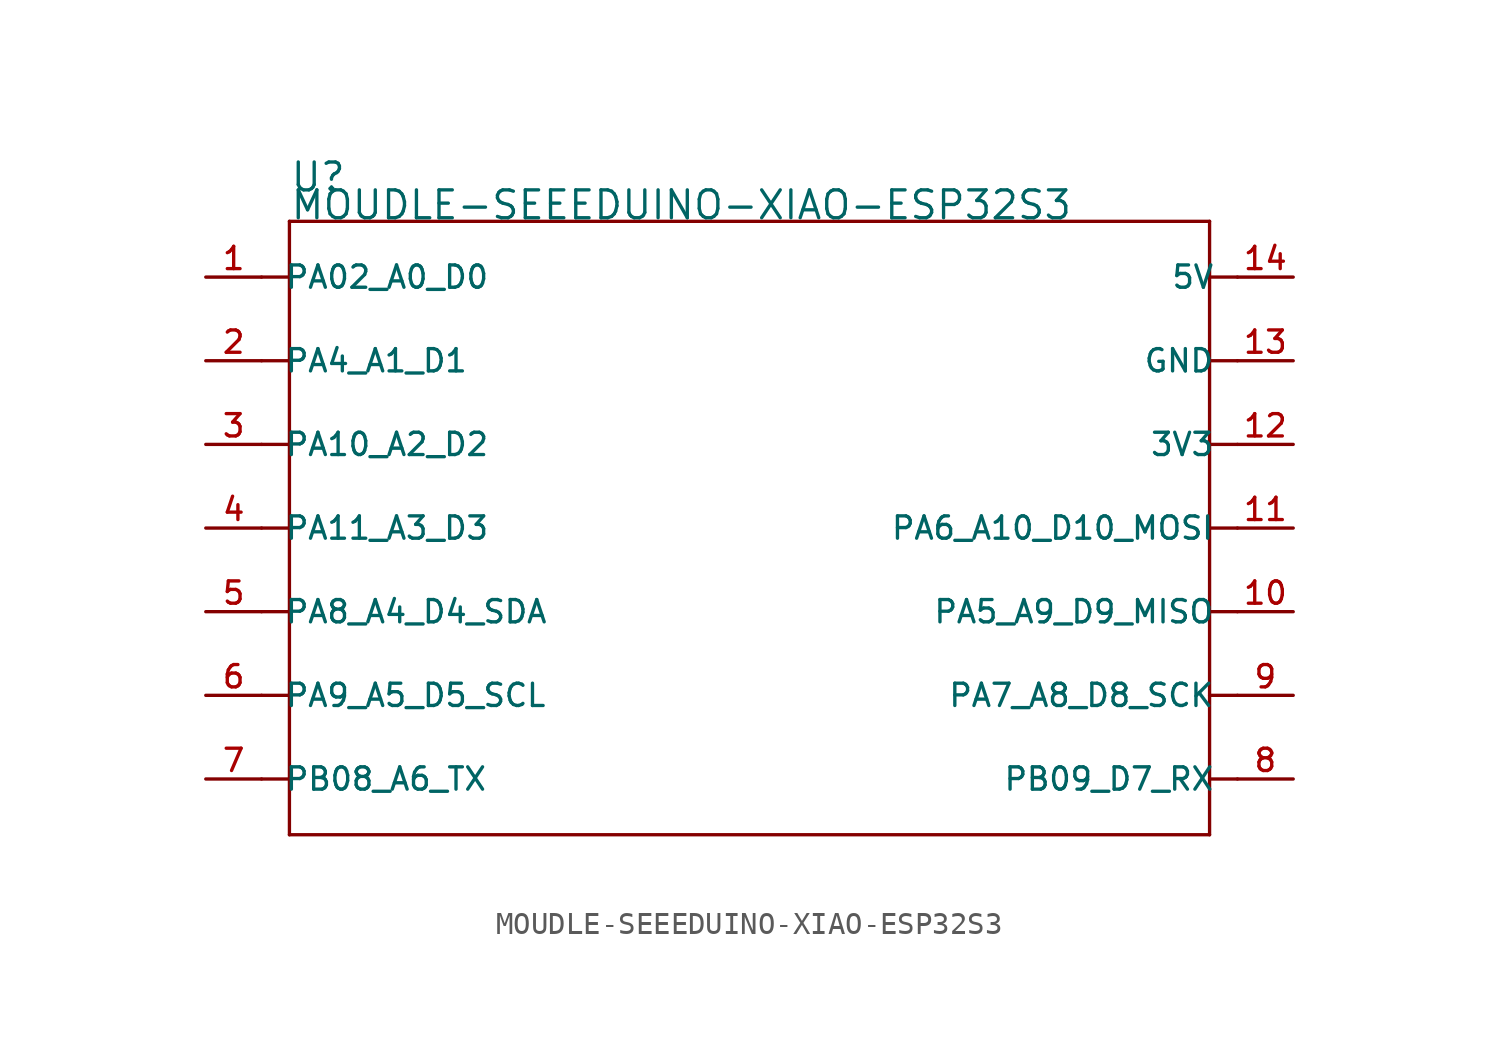
<source format=kicad_sym>
(kicad_symbol_lib
  (version 20241209)
  (generator "kicad_symbol_editor")
  (generator_version "9.0")
  (symbol "MOUDLE-SEEEDUINO-XIAO-ESP32S3"
    (pin_names
      (offset 1.016))
    (property "Reference" "U"
      (at -21.59 15.24 0)
      (effects (font (size 1.27 1.27)) (justify left bottom)))
    (property "Value" "MOUDLE-SEEEDUINO-XIAO-ESP32S3"
      (at -21.59 13.97 0)
      (effects (font (size 1.27 1.27)) (justify left bottom)))
    (symbol "MOUDLE-SEEEDUINO-XIAO-ESP32S3_0_0"
      (polyline (pts (xy -21.59 13.97) (xy 20.32 13.97)) (stroke (width 0.152) (type default)) (fill (type none)))
      (polyline (pts (xy -21.59 11.43) (xy -22.86 11.43)) (stroke (width 0.152) (type default)) (fill (type none)))
      (polyline (pts (xy -21.59 11.43) (xy -21.59 13.97)) (stroke (width 0.152) (type default)) (fill (type none)))
      (polyline (pts (xy -21.59 7.62) (xy -22.86 7.62)) (stroke (width 0.152) (type default)) (fill (type none)))
      (polyline (pts (xy -21.59 7.62) (xy -21.59 11.43)) (stroke (width 0.152) (type default)) (fill (type none)))
      (polyline (pts (xy -21.59 3.81) (xy -22.86 3.81)) (stroke (width 0.152) (type default)) (fill (type none)))
      (polyline (pts (xy -21.59 3.81) (xy -21.59 7.62)) (stroke (width 0.152) (type default)) (fill (type none)))
      (polyline (pts (xy -21.59 0) (xy -22.86 0)) (stroke (width 0.152) (type default)) (fill (type none)))
      (polyline (pts (xy -21.59 0) (xy -21.59 3.81)) (stroke (width 0.152) (type default)) (fill (type none)))
      (polyline (pts (xy -21.59 -3.81) (xy -22.86 -3.81)) (stroke (width 0.152) (type default)) (fill (type none)))
      (polyline (pts (xy -21.59 -7.62) (xy -22.86 -7.62)) (stroke (width 0.152) (type default)) (fill (type none)))
      (polyline (pts (xy -21.59 -11.43) (xy -22.86 -11.43)) (stroke (width 0.152) (type default)) (fill (type none)))
      (polyline (pts (xy -21.59 -13.97) (xy -21.59 0)) (stroke (width 0.152) (type default)) (fill (type none)))
      (polyline (pts (xy 20.32 13.97) (xy 20.32 11.43)) (stroke (width 0.152) (type default)) (fill (type none)))
      (polyline (pts (xy 20.32 11.43) (xy 20.32 7.62)) (stroke (width 0.152) (type default)) (fill (type none)))
      (polyline (pts (xy 20.32 7.62) (xy 20.32 3.81)) (stroke (width 0.152) (type default)) (fill (type none)))
      (polyline (pts (xy 20.32 3.81) (xy 20.32 -13.97)) (stroke (width 0.152) (type default)) (fill (type none)))
      (polyline (pts (xy 20.32 -13.97) (xy -21.59 -13.97)) (stroke (width 0.152) (type default)) (fill (type none)))
      (polyline (pts (xy 21.59 11.43) (xy 20.32 11.43)) (stroke (width 0.152) (type default)) (fill (type none)))
      (polyline (pts (xy 21.59 7.62) (xy 20.32 7.62)) (stroke (width 0.152) (type default)) (fill (type none)))
      (polyline (pts (xy 21.59 3.81) (xy 20.32 3.81)) (stroke (width 0.152) (type default)) (fill (type none)))
      (polyline (pts (xy 21.59 0) (xy 20.32 0)) (stroke (width 0.152) (type default)) (fill (type none)))
      (polyline (pts (xy 21.59 -3.81) (xy 20.32 -3.81)) (stroke (width 0.152) (type default)) (fill (type none)))
      (polyline (pts (xy 21.59 -7.62) (xy 20.32 -7.62)) (stroke (width 0.152) (type default)) (fill (type none)))
      (polyline (pts (xy 21.59 -11.43) (xy 20.32 -11.43)) (stroke (width 0.152) (type default)) (fill (type none)))
      (pin bidirectional line (at -25.4 11.43 0) (length 2.54) (name "PA02_A0_D0" (effects (font (size 1.016 1.016)))) (number "1" (effects (font (size 1.016 1.016)))))
      (pin bidirectional line (at -25.4 7.62 0) (length 2.54) (name "PA4_A1_D1" (effects (font (size 1.016 1.016)))) (number "2" (effects (font (size 1.016 1.016)))))
      (pin bidirectional line (at -25.4 3.81 0) (length 2.54) (name "PA10_A2_D2" (effects (font (size 1.016 1.016)))) (number "3" (effects (font (size 1.016 1.016)))))
      (pin bidirectional line (at -25.4 0 0) (length 2.54) (name "PA11_A3_D3" (effects (font (size 1.016 1.016)))) (number "4" (effects (font (size 1.016 1.016)))))
      (pin bidirectional line (at -25.4 -3.81 0) (length 2.54) (name "PA8_A4_D4_SDA" (effects (font (size 1.016 1.016)))) (number "5" (effects (font (size 1.016 1.016)))))
      (pin bidirectional line (at -25.4 -7.62 0) (length 2.54) (name "PA9_A5_D5_SCL" (effects (font (size 1.016 1.016)))) (number "6" (effects (font (size 1.016 1.016)))))
      (pin bidirectional line (at 24.13 0 180) (length 2.54) (name "PA6_A10_D10_MOSI" (effects (font (size 1.016 1.016)))) (number "11" (effects (font (size 1.016 1.016)))))
      (pin bidirectional line (at 24.13 -3.81 180) (length 2.54) (name "PA5_A9_D9_MISO" (effects (font (size 1.016 1.016)))) (number "10" (effects (font (size 1.016 1.016)))))
      (pin bidirectional line (at 24.13 -7.62 180) (length 2.54) (name "PA7_A8_D8_SCK" (effects (font (size 1.016 1.016)))) (number "9" (effects (font (size 1.016 1.016))))))
    (symbol "MOUDLE-SEEEDUINO-XIAO-ESP32S3_1_0"
      (pin bidirectional line (at -25.4 -11.43 0) (length 2.54) (name "PB08_A6_TX" (effects (font (size 1.016 1.016)))) (number "7" (effects (font (size 1.016 1.016)))))
      (pin power_out line (at 24.13 11.43 180) (length 2.54) (name "5V" (effects (font (size 1.016 1.016)))) (number "14" (effects (font (size 1.016 1.016)))))
      (pin power_out line (at 24.13 7.62 180) (length 2.54) (name "GND" (effects (font (size 1.016 1.016)))) (number "13" (effects (font (size 1.016 1.016)))))
      (pin power_out line (at 24.13 3.81 180) (length 2.54) (name "3V3" (effects (font (size 1.016 1.016)))) (number "12" (effects (font (size 1.016 1.016)))))
      (pin bidirectional line (at 24.13 -11.43 180) (length 2.54) (name "PB09_D7_RX" (effects (font (size 1.016 1.016)))) (number "8" (effects (font (size 1.016 1.016))))))))
</source>
